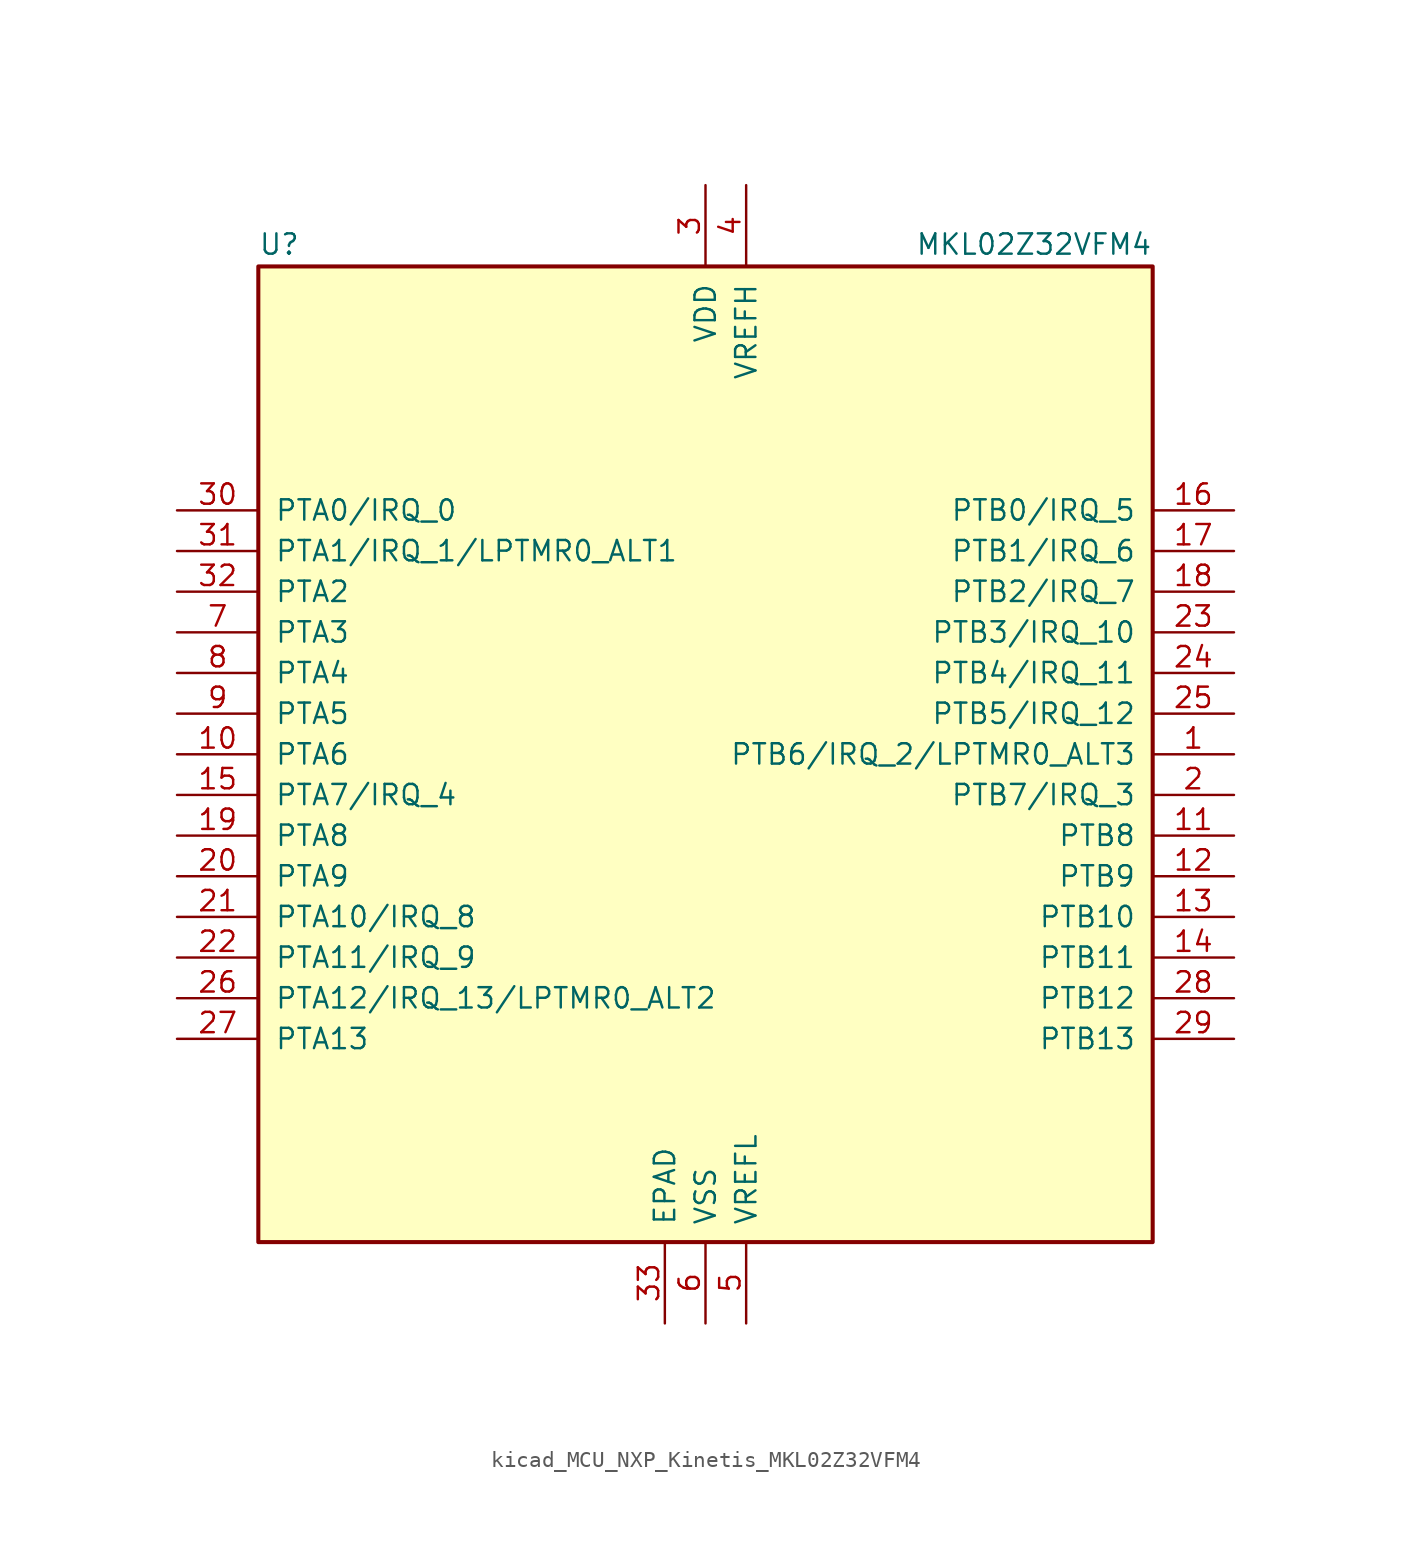
<source format=kicad_sym>
(kicad_symbol_lib
  (version 20220914)
  (generator kicad_symbol_editor)
  (symbol "kicad_MCU_NXP_Kinetis_MKL02Z32VFM4"
    (pin_names
      (offset 1.016))
    (property "Reference" "U"
      (at -27.94 31.115 0)
      (effects (font (size 1.27 1.27)) (justify left bottom)))
    (property "Value" "MKL02Z32VFM4"
      (at 27.94 31.115 0)
      (effects (font (size 1.27 1.27)) (justify right bottom)))
    (symbol "kicad_MCU_NXP_Kinetis_MKL02Z32VFM4_0_1"
      (rectangle (start -27.94 30.48) (end 27.94 -30.48) (stroke (width 0.254) (type default)) (fill (type background))))
    (symbol "kicad_MCU_NXP_Kinetis_MKL02Z32VFM4_1_1"
      (pin bidirectional line (at 33.02 0 180) (length 5.08) (name "PTB6/IRQ_2/LPTMR0_ALT3" (effects (font (size 1.27 1.27)))) (number "1" (effects (font (size 1.27 1.27)))))
      (pin bidirectional line (at -33.02 0 0) (length 5.08) (name "PTA6" (effects (font (size 1.27 1.27)))) (number "10" (effects (font (size 1.27 1.27)))))
      (pin bidirectional line (at 33.02 -5.08 180) (length 5.08) (name "PTB8" (effects (font (size 1.27 1.27)))) (number "11" (effects (font (size 1.27 1.27)))))
      (pin bidirectional line (at 33.02 -7.62 180) (length 5.08) (name "PTB9" (effects (font (size 1.27 1.27)))) (number "12" (effects (font (size 1.27 1.27)))))
      (pin bidirectional line (at 33.02 -10.16 180) (length 5.08) (name "PTB10" (effects (font (size 1.27 1.27)))) (number "13" (effects (font (size 1.27 1.27)))))
      (pin bidirectional line (at 33.02 -12.7 180) (length 5.08) (name "PTB11" (effects (font (size 1.27 1.27)))) (number "14" (effects (font (size 1.27 1.27)))))
      (pin bidirectional line (at -33.02 -2.54 0) (length 5.08) (name "PTA7/IRQ_4" (effects (font (size 1.27 1.27)))) (number "15" (effects (font (size 1.27 1.27)))))
      (pin bidirectional line (at 33.02 15.24 180) (length 5.08) (name "PTB0/IRQ_5" (effects (font (size 1.27 1.27)))) (number "16" (effects (font (size 1.27 1.27)))))
      (pin bidirectional line (at 33.02 12.7 180) (length 5.08) (name "PTB1/IRQ_6" (effects (font (size 1.27 1.27)))) (number "17" (effects (font (size 1.27 1.27)))))
      (pin bidirectional line (at 33.02 10.16 180) (length 5.08) (name "PTB2/IRQ_7" (effects (font (size 1.27 1.27)))) (number "18" (effects (font (size 1.27 1.27)))))
      (pin bidirectional line (at -33.02 -5.08 0) (length 5.08) (name "PTA8" (effects (font (size 1.27 1.27)))) (number "19" (effects (font (size 1.27 1.27)))))
      (pin bidirectional line (at 33.02 -2.54 180) (length 5.08) (name "PTB7/IRQ_3" (effects (font (size 1.27 1.27)))) (number "2" (effects (font (size 1.27 1.27)))))
      (pin bidirectional line (at -33.02 -7.62 0) (length 5.08) (name "PTA9" (effects (font (size 1.27 1.27)))) (number "20" (effects (font (size 1.27 1.27)))))
      (pin bidirectional line (at -33.02 -10.16 0) (length 5.08) (name "PTA10/IRQ_8" (effects (font (size 1.27 1.27)))) (number "21" (effects (font (size 1.27 1.27)))))
      (pin bidirectional line (at -33.02 -12.7 0) (length 5.08) (name "PTA11/IRQ_9" (effects (font (size 1.27 1.27)))) (number "22" (effects (font (size 1.27 1.27)))))
      (pin bidirectional line (at 33.02 7.62 180) (length 5.08) (name "PTB3/IRQ_10" (effects (font (size 1.27 1.27)))) (number "23" (effects (font (size 1.27 1.27)))))
      (pin bidirectional line (at 33.02 5.08 180) (length 5.08) (name "PTB4/IRQ_11" (effects (font (size 1.27 1.27)))) (number "24" (effects (font (size 1.27 1.27)))))
      (pin bidirectional line (at 33.02 2.54 180) (length 5.08) (name "PTB5/IRQ_12" (effects (font (size 1.27 1.27)))) (number "25" (effects (font (size 1.27 1.27)))))
      (pin bidirectional line (at -33.02 -15.24 0) (length 5.08) (name "PTA12/IRQ_13/LPTMR0_ALT2" (effects (font (size 1.27 1.27)))) (number "26" (effects (font (size 1.27 1.27)))))
      (pin bidirectional line (at -33.02 -17.78 0) (length 5.08) (name "PTA13" (effects (font (size 1.27 1.27)))) (number "27" (effects (font (size 1.27 1.27)))))
      (pin bidirectional line (at 33.02 -15.24 180) (length 5.08) (name "PTB12" (effects (font (size 1.27 1.27)))) (number "28" (effects (font (size 1.27 1.27)))))
      (pin bidirectional line (at 33.02 -17.78 180) (length 5.08) (name "PTB13" (effects (font (size 1.27 1.27)))) (number "29" (effects (font (size 1.27 1.27)))))
      (pin power_in line (at 0 35.56 270) (length 5.08) (name "VDD" (effects (font (size 1.27 1.27)))) (number "3" (effects (font (size 1.27 1.27)))))
      (pin bidirectional line (at -33.02 15.24 0) (length 5.08) (name "PTA0/IRQ_0" (effects (font (size 1.27 1.27)))) (number "30" (effects (font (size 1.27 1.27)))))
      (pin bidirectional line (at -33.02 12.7 0) (length 5.08) (name "PTA1/IRQ_1/LPTMR0_ALT1" (effects (font (size 1.27 1.27)))) (number "31" (effects (font (size 1.27 1.27)))))
      (pin bidirectional line (at -33.02 10.16 0) (length 5.08) (name "PTA2" (effects (font (size 1.27 1.27)))) (number "32" (effects (font (size 1.27 1.27)))))
      (pin power_in line (at -2.54 -35.56 90) (length 5.08) (name "EPAD" (effects (font (size 1.27 1.27)))) (number "33" (effects (font (size 1.27 1.27)))))
      (pin power_in line (at 2.54 35.56 270) (length 5.08) (name "VREFH" (effects (font (size 1.27 1.27)))) (number "4" (effects (font (size 1.27 1.27)))))
      (pin power_in line (at 2.54 -35.56 90) (length 5.08) (name "VREFL" (effects (font (size 1.27 1.27)))) (number "5" (effects (font (size 1.27 1.27)))))
      (pin power_in line (at 0 -35.56 90) (length 5.08) (name "VSS" (effects (font (size 1.27 1.27)))) (number "6" (effects (font (size 1.27 1.27)))))
      (pin bidirectional line (at -33.02 7.62 0) (length 5.08) (name "PTA3" (effects (font (size 1.27 1.27)))) (number "7" (effects (font (size 1.27 1.27)))))
      (pin bidirectional line (at -33.02 5.08 0) (length 5.08) (name "PTA4" (effects (font (size 1.27 1.27)))) (number "8" (effects (font (size 1.27 1.27)))))
      (pin bidirectional line (at -33.02 2.54 0) (length 5.08) (name "PTA5" (effects (font (size 1.27 1.27)))) (number "9" (effects (font (size 1.27 1.27))))))))
</source>
